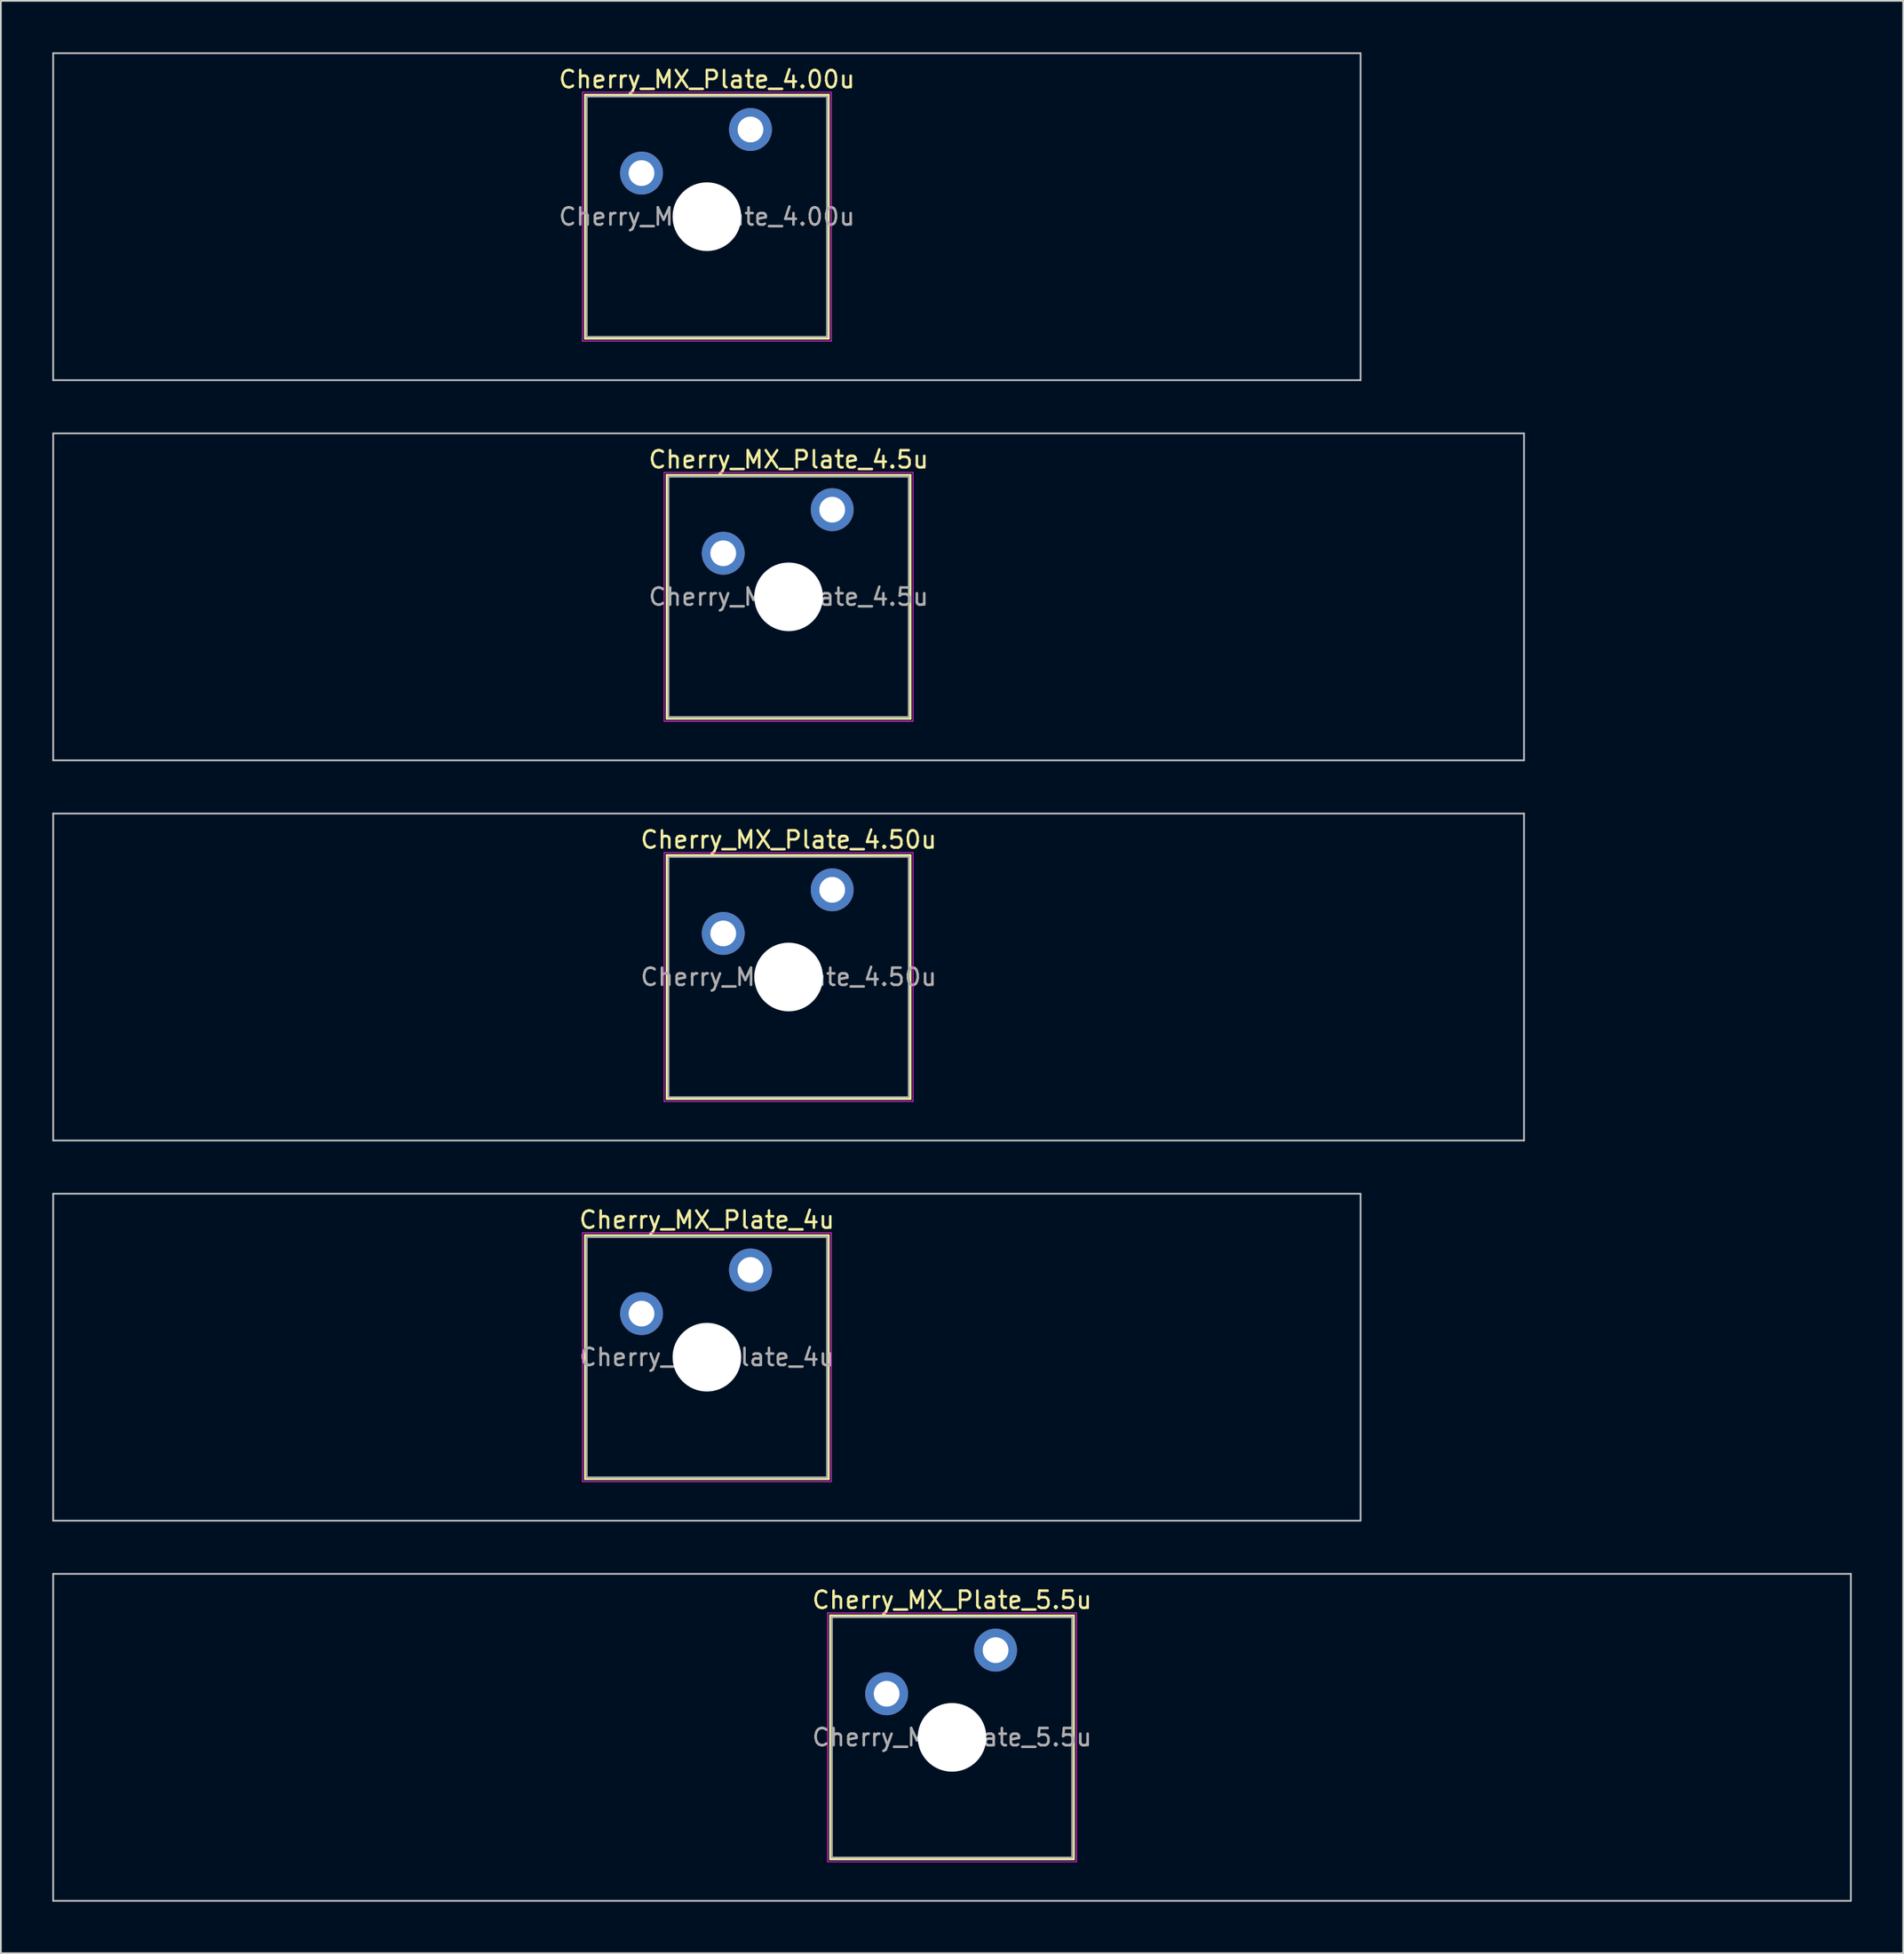
<source format=kicad_pcb>
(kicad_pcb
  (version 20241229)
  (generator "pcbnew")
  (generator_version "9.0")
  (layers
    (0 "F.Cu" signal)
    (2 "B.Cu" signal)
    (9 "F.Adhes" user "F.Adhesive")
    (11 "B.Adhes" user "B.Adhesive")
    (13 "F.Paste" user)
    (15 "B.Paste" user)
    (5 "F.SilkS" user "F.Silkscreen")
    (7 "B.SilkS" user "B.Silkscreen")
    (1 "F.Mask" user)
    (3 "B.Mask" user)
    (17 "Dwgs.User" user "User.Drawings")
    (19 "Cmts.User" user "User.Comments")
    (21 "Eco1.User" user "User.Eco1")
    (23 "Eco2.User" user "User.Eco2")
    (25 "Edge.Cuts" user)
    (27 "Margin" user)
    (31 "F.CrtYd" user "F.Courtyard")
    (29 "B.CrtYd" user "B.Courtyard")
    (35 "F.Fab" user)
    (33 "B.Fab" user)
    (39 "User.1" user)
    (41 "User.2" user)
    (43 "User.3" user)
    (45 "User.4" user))
  (footprint "Cherry_MX_Plate_4.50u"
    (layer "F.Cu")
    (at 42.913 53.875)
    (property "Reference" "Cherry_MX_Plate_4.50u" (at 0 -8 0) (layer "F.SilkS") (effects (font (size 1 1) (thickness 0.15))))
    (attr through_hole)
    (fp_line (start -7.1 -7.1) (end -7.1 7.1) (stroke (width 0.12) (type solid)) (layer "F.SilkS"))
    (fp_line (start -7.1 7.1) (end 7.1 7.1) (stroke (width 0.12) (type solid)) (layer "F.SilkS"))
    (fp_line (start 7.1 -7.1) (end -7.1 -7.1) (stroke (width 0.12) (type solid)) (layer "F.SilkS"))
    (fp_line (start 7.1 7.1) (end 7.1 -7.1) (stroke (width 0.12) (type solid)) (layer "F.SilkS"))
    (fp_line (start -42.862 -9.525) (end -42.862 9.525) (stroke (width 0.1) (type solid)) (layer "Dwgs.User"))
    (fp_line (start -42.862 9.525) (end 42.862 9.525) (stroke (width 0.1) (type solid)) (layer "Dwgs.User"))
    (fp_line (start 42.862 -9.525) (end -42.862 -9.525) (stroke (width 0.1) (type solid)) (layer "Dwgs.User"))
    (fp_line (start 42.862 9.525) (end 42.862 -9.525) (stroke (width 0.1) (type solid)) (layer "Dwgs.User"))
    (fp_line (start -7 -7) (end -7 7) (stroke (width 0.1) (type solid)) (layer "Eco1.User"))
    (fp_line (start -7 7) (end 7 7) (stroke (width 0.1) (type solid)) (layer "Eco1.User"))
    (fp_line (start 7 -7) (end -7 -7) (stroke (width 0.1) (type solid)) (layer "Eco1.User"))
    (fp_line (start 7 7) (end 7 -7) (stroke (width 0.1) (type solid)) (layer "Eco1.User"))
    (fp_line (start -7.25 -7.25) (end -7.25 7.25) (stroke (width 0.05) (type solid)) (layer "F.CrtYd"))
    (fp_line (start -7.25 7.25) (end 7.25 7.25) (stroke (width 0.05) (type solid)) (layer "F.CrtYd"))
    (fp_line (start 7.25 -7.25) (end -7.25 -7.25) (stroke (width 0.05) (type solid)) (layer "F.CrtYd"))
    (fp_line (start 7.25 7.25) (end 7.25 -7.25) (stroke (width 0.05) (type solid)) (layer "F.CrtYd"))
    (fp_line (start -7 -7) (end -7 7) (stroke (width 0.1) (type solid)) (layer "F.Fab"))
    (fp_line (start -7 7) (end 7 7) (stroke (width 0.1) (type solid)) (layer "F.Fab"))
    (fp_line (start 7 -7) (end -7 -7) (stroke (width 0.1) (type solid)) (layer "F.Fab"))
    (fp_line (start 7 7) (end 7 -7) (stroke (width 0.1) (type solid)) (layer "F.Fab"))
    (fp_text user "${REFERENCE}" (at 0 0 0) (layer "F.Fab") (effects (font (size 1 1) (thickness 0.15))))
    (pad "" np_thru_hole circle (at 0 0) (size 4 4) (drill 4) (layers "*.Cu" "*.Mask"))
    (pad "1" thru_hole circle (at -3.81 -2.54) (size 2.5 2.5) (drill 1.5) (layers "*.Cu" "*.Mask"))
    (pad "2" thru_hole circle (at 2.54 -5.08) (size 2.5 2.5) (drill 1.5) (layers "*.Cu" "*.Mask")))
  (footprint "Cherry_MX_Plate_4u"
    (layer "F.Cu")
    (at 38.15 76.025)
    (property "Reference" "Cherry_MX_Plate_4u" (at 0 -8 0) (layer "F.SilkS") (effects (font (size 1 1) (thickness 0.15))))
    (attr through_hole)
    (fp_line (start -7.1 -7.1) (end -7.1 7.1) (stroke (width 0.12) (type solid)) (layer "F.SilkS"))
    (fp_line (start -7.1 7.1) (end 7.1 7.1) (stroke (width 0.12) (type solid)) (layer "F.SilkS"))
    (fp_line (start 7.1 -7.1) (end -7.1 -7.1) (stroke (width 0.12) (type solid)) (layer "F.SilkS"))
    (fp_line (start 7.1 7.1) (end 7.1 -7.1) (stroke (width 0.12) (type solid)) (layer "F.SilkS"))
    (fp_line (start -38.1 -9.525) (end -38.1 9.525) (stroke (width 0.1) (type solid)) (layer "Dwgs.User"))
    (fp_line (start -38.1 9.525) (end 38.1 9.525) (stroke (width 0.1) (type solid)) (layer "Dwgs.User"))
    (fp_line (start 38.1 -9.525) (end -38.1 -9.525) (stroke (width 0.1) (type solid)) (layer "Dwgs.User"))
    (fp_line (start 38.1 9.525) (end 38.1 -9.525) (stroke (width 0.1) (type solid)) (layer "Dwgs.User"))
    (fp_line (start -7 -7) (end -7 7) (stroke (width 0.1) (type solid)) (layer "Eco1.User"))
    (fp_line (start -7 7) (end 7 7) (stroke (width 0.1) (type solid)) (layer "Eco1.User"))
    (fp_line (start 7 -7) (end -7 -7) (stroke (width 0.1) (type solid)) (layer "Eco1.User"))
    (fp_line (start 7 7) (end 7 -7) (stroke (width 0.1) (type solid)) (layer "Eco1.User"))
    (fp_line (start -7.25 -7.25) (end -7.25 7.25) (stroke (width 0.05) (type solid)) (layer "F.CrtYd"))
    (fp_line (start -7.25 7.25) (end 7.25 7.25) (stroke (width 0.05) (type solid)) (layer "F.CrtYd"))
    (fp_line (start 7.25 -7.25) (end -7.25 -7.25) (stroke (width 0.05) (type solid)) (layer "F.CrtYd"))
    (fp_line (start 7.25 7.25) (end 7.25 -7.25) (stroke (width 0.05) (type solid)) (layer "F.CrtYd"))
    (fp_line (start -7 -7) (end -7 7) (stroke (width 0.1) (type solid)) (layer "F.Fab"))
    (fp_line (start -7 7) (end 7 7) (stroke (width 0.1) (type solid)) (layer "F.Fab"))
    (fp_line (start 7 -7) (end -7 -7) (stroke (width 0.1) (type solid)) (layer "F.Fab"))
    (fp_line (start 7 7) (end 7 -7) (stroke (width 0.1) (type solid)) (layer "F.Fab"))
    (fp_text user "${REFERENCE}" (at 0 0 0) (layer "F.Fab") (effects (font (size 1 1) (thickness 0.15))))
    (pad "" np_thru_hole circle (at 0 0) (size 4 4) (drill 4) (layers "*.Cu" "*.Mask"))
    (pad "1" thru_hole circle (at -3.81 -2.54) (size 2.5 2.5) (drill 1.5) (layers "*.Cu" "*.Mask"))
    (pad "2" thru_hole circle (at 2.54 -5.08) (size 2.5 2.5) (drill 1.5) (layers "*.Cu" "*.Mask")))
  (footprint "Cherry_MX_Plate_4.00u"
    (layer "F.Cu")
    (at 38.15 9.575)
    (property "Reference" "Cherry_MX_Plate_4.00u" (at 0 -8 0) (layer "F.SilkS") (effects (font (size 1 1) (thickness 0.15))))
    (attr through_hole)
    (fp_line (start -7.1 -7.1) (end -7.1 7.1) (stroke (width 0.12) (type solid)) (layer "F.SilkS"))
    (fp_line (start -7.1 7.1) (end 7.1 7.1) (stroke (width 0.12) (type solid)) (layer "F.SilkS"))
    (fp_line (start 7.1 -7.1) (end -7.1 -7.1) (stroke (width 0.12) (type solid)) (layer "F.SilkS"))
    (fp_line (start 7.1 7.1) (end 7.1 -7.1) (stroke (width 0.12) (type solid)) (layer "F.SilkS"))
    (fp_line (start -38.1 -9.525) (end -38.1 9.525) (stroke (width 0.1) (type solid)) (layer "Dwgs.User"))
    (fp_line (start -38.1 9.525) (end 38.1 9.525) (stroke (width 0.1) (type solid)) (layer "Dwgs.User"))
    (fp_line (start 38.1 -9.525) (end -38.1 -9.525) (stroke (width 0.1) (type solid)) (layer "Dwgs.User"))
    (fp_line (start 38.1 9.525) (end 38.1 -9.525) (stroke (width 0.1) (type solid)) (layer "Dwgs.User"))
    (fp_line (start -7 -7) (end -7 7) (stroke (width 0.1) (type solid)) (layer "Eco1.User"))
    (fp_line (start -7 7) (end 7 7) (stroke (width 0.1) (type solid)) (layer "Eco1.User"))
    (fp_line (start 7 -7) (end -7 -7) (stroke (width 0.1) (type solid)) (layer "Eco1.User"))
    (fp_line (start 7 7) (end 7 -7) (stroke (width 0.1) (type solid)) (layer "Eco1.User"))
    (fp_line (start -7.25 -7.25) (end -7.25 7.25) (stroke (width 0.05) (type solid)) (layer "F.CrtYd"))
    (fp_line (start -7.25 7.25) (end 7.25 7.25) (stroke (width 0.05) (type solid)) (layer "F.CrtYd"))
    (fp_line (start 7.25 -7.25) (end -7.25 -7.25) (stroke (width 0.05) (type solid)) (layer "F.CrtYd"))
    (fp_line (start 7.25 7.25) (end 7.25 -7.25) (stroke (width 0.05) (type solid)) (layer "F.CrtYd"))
    (fp_line (start -7 -7) (end -7 7) (stroke (width 0.1) (type solid)) (layer "F.Fab"))
    (fp_line (start -7 7) (end 7 7) (stroke (width 0.1) (type solid)) (layer "F.Fab"))
    (fp_line (start 7 -7) (end -7 -7) (stroke (width 0.1) (type solid)) (layer "F.Fab"))
    (fp_line (start 7 7) (end 7 -7) (stroke (width 0.1) (type solid)) (layer "F.Fab"))
    (fp_text user "${REFERENCE}" (at 0 0 0) (layer "F.Fab") (effects (font (size 1 1) (thickness 0.15))))
    (pad "" np_thru_hole circle (at 0 0) (size 4 4) (drill 4) (layers "*.Cu" "*.Mask"))
    (pad "1" thru_hole circle (at -3.81 -2.54) (size 2.5 2.5) (drill 1.5) (layers "*.Cu" "*.Mask"))
    (pad "2" thru_hole circle (at 2.54 -5.08) (size 2.5 2.5) (drill 1.5) (layers "*.Cu" "*.Mask")))
  (footprint "Cherry_MX_Plate_4.5u"
    (layer "F.Cu")
    (at 42.913 31.725)
    (property "Reference" "Cherry_MX_Plate_4.5u" (at 0 -8 0) (layer "F.SilkS") (effects (font (size 1 1) (thickness 0.15))))
    (attr through_hole)
    (fp_line (start -7.1 -7.1) (end -7.1 7.1) (stroke (width 0.12) (type solid)) (layer "F.SilkS"))
    (fp_line (start -7.1 7.1) (end 7.1 7.1) (stroke (width 0.12) (type solid)) (layer "F.SilkS"))
    (fp_line (start 7.1 -7.1) (end -7.1 -7.1) (stroke (width 0.12) (type solid)) (layer "F.SilkS"))
    (fp_line (start 7.1 7.1) (end 7.1 -7.1) (stroke (width 0.12) (type solid)) (layer "F.SilkS"))
    (fp_line (start -42.862 -9.525) (end -42.862 9.525) (stroke (width 0.1) (type solid)) (layer "Dwgs.User"))
    (fp_line (start -42.862 9.525) (end 42.862 9.525) (stroke (width 0.1) (type solid)) (layer "Dwgs.User"))
    (fp_line (start 42.862 -9.525) (end -42.862 -9.525) (stroke (width 0.1) (type solid)) (layer "Dwgs.User"))
    (fp_line (start 42.862 9.525) (end 42.862 -9.525) (stroke (width 0.1) (type solid)) (layer "Dwgs.User"))
    (fp_line (start -7 -7) (end -7 7) (stroke (width 0.1) (type solid)) (layer "Eco1.User"))
    (fp_line (start -7 7) (end 7 7) (stroke (width 0.1) (type solid)) (layer "Eco1.User"))
    (fp_line (start 7 -7) (end -7 -7) (stroke (width 0.1) (type solid)) (layer "Eco1.User"))
    (fp_line (start 7 7) (end 7 -7) (stroke (width 0.1) (type solid)) (layer "Eco1.User"))
    (fp_line (start -7.25 -7.25) (end -7.25 7.25) (stroke (width 0.05) (type solid)) (layer "F.CrtYd"))
    (fp_line (start -7.25 7.25) (end 7.25 7.25) (stroke (width 0.05) (type solid)) (layer "F.CrtYd"))
    (fp_line (start 7.25 -7.25) (end -7.25 -7.25) (stroke (width 0.05) (type solid)) (layer "F.CrtYd"))
    (fp_line (start 7.25 7.25) (end 7.25 -7.25) (stroke (width 0.05) (type solid)) (layer "F.CrtYd"))
    (fp_line (start -7 -7) (end -7 7) (stroke (width 0.1) (type solid)) (layer "F.Fab"))
    (fp_line (start -7 7) (end 7 7) (stroke (width 0.1) (type solid)) (layer "F.Fab"))
    (fp_line (start 7 -7) (end -7 -7) (stroke (width 0.1) (type solid)) (layer "F.Fab"))
    (fp_line (start 7 7) (end 7 -7) (stroke (width 0.1) (type solid)) (layer "F.Fab"))
    (fp_text user "${REFERENCE}" (at 0 0 0) (layer "F.Fab") (effects (font (size 1 1) (thickness 0.15))))
    (pad "" np_thru_hole circle (at 0 0) (size 4 4) (drill 4) (layers "*.Cu" "*.Mask"))
    (pad "1" thru_hole circle (at -3.81 -2.54) (size 2.5 2.5) (drill 1.5) (layers "*.Cu" "*.Mask"))
    (pad "2" thru_hole circle (at 2.54 -5.08) (size 2.5 2.5) (drill 1.5) (layers "*.Cu" "*.Mask")))
  (footprint "Cherry_MX_Plate_5.5u"
    (layer "F.Cu")
    (at 52.438 98.175)
    (property "Reference" "Cherry_MX_Plate_5.5u" (at 0 -8 0) (layer "F.SilkS") (effects (font (size 1 1) (thickness 0.15))))
    (attr through_hole)
    (fp_line (start -7.1 -7.1) (end -7.1 7.1) (stroke (width 0.12) (type solid)) (layer "F.SilkS"))
    (fp_line (start -7.1 7.1) (end 7.1 7.1) (stroke (width 0.12) (type solid)) (layer "F.SilkS"))
    (fp_line (start 7.1 -7.1) (end -7.1 -7.1) (stroke (width 0.12) (type solid)) (layer "F.SilkS"))
    (fp_line (start 7.1 7.1) (end 7.1 -7.1) (stroke (width 0.12) (type solid)) (layer "F.SilkS"))
    (fp_line (start -52.388 -9.525) (end -52.388 9.525) (stroke (width 0.1) (type solid)) (layer "Dwgs.User"))
    (fp_line (start -52.388 9.525) (end 52.388 9.525) (stroke (width 0.1) (type solid)) (layer "Dwgs.User"))
    (fp_line (start 52.388 -9.525) (end -52.388 -9.525) (stroke (width 0.1) (type solid)) (layer "Dwgs.User"))
    (fp_line (start 52.388 9.525) (end 52.388 -9.525) (stroke (width 0.1) (type solid)) (layer "Dwgs.User"))
    (fp_line (start -7 -7) (end -7 7) (stroke (width 0.1) (type solid)) (layer "Eco1.User"))
    (fp_line (start -7 7) (end 7 7) (stroke (width 0.1) (type solid)) (layer "Eco1.User"))
    (fp_line (start 7 -7) (end -7 -7) (stroke (width 0.1) (type solid)) (layer "Eco1.User"))
    (fp_line (start 7 7) (end 7 -7) (stroke (width 0.1) (type solid)) (layer "Eco1.User"))
    (fp_line (start -7.25 -7.25) (end -7.25 7.25) (stroke (width 0.05) (type solid)) (layer "F.CrtYd"))
    (fp_line (start -7.25 7.25) (end 7.25 7.25) (stroke (width 0.05) (type solid)) (layer "F.CrtYd"))
    (fp_line (start 7.25 -7.25) (end -7.25 -7.25) (stroke (width 0.05) (type solid)) (layer "F.CrtYd"))
    (fp_line (start 7.25 7.25) (end 7.25 -7.25) (stroke (width 0.05) (type solid)) (layer "F.CrtYd"))
    (fp_line (start -7 -7) (end -7 7) (stroke (width 0.1) (type solid)) (layer "F.Fab"))
    (fp_line (start -7 7) (end 7 7) (stroke (width 0.1) (type solid)) (layer "F.Fab"))
    (fp_line (start 7 -7) (end -7 -7) (stroke (width 0.1) (type solid)) (layer "F.Fab"))
    (fp_line (start 7 7) (end 7 -7) (stroke (width 0.1) (type solid)) (layer "F.Fab"))
    (fp_text user "${REFERENCE}" (at 0 0 0) (layer "F.Fab") (effects (font (size 1 1) (thickness 0.15))))
    (pad "" np_thru_hole circle (at 0 0) (size 4 4) (drill 4) (layers "*.Cu" "*.Mask"))
    (pad "1" thru_hole circle (at -3.81 -2.54) (size 2.5 2.5) (drill 1.5) (layers "*.Cu" "*.Mask"))
    (pad "2" thru_hole circle (at 2.54 -5.08) (size 2.5 2.5) (drill 1.5) (layers "*.Cu" "*.Mask")))
  (gr_rect
    (start -3 -3)
    (end 107.875 110.75)
    (stroke (width 0.1) (type default))
    (fill no)
    (layer "Edge.Cuts")))
</source>
